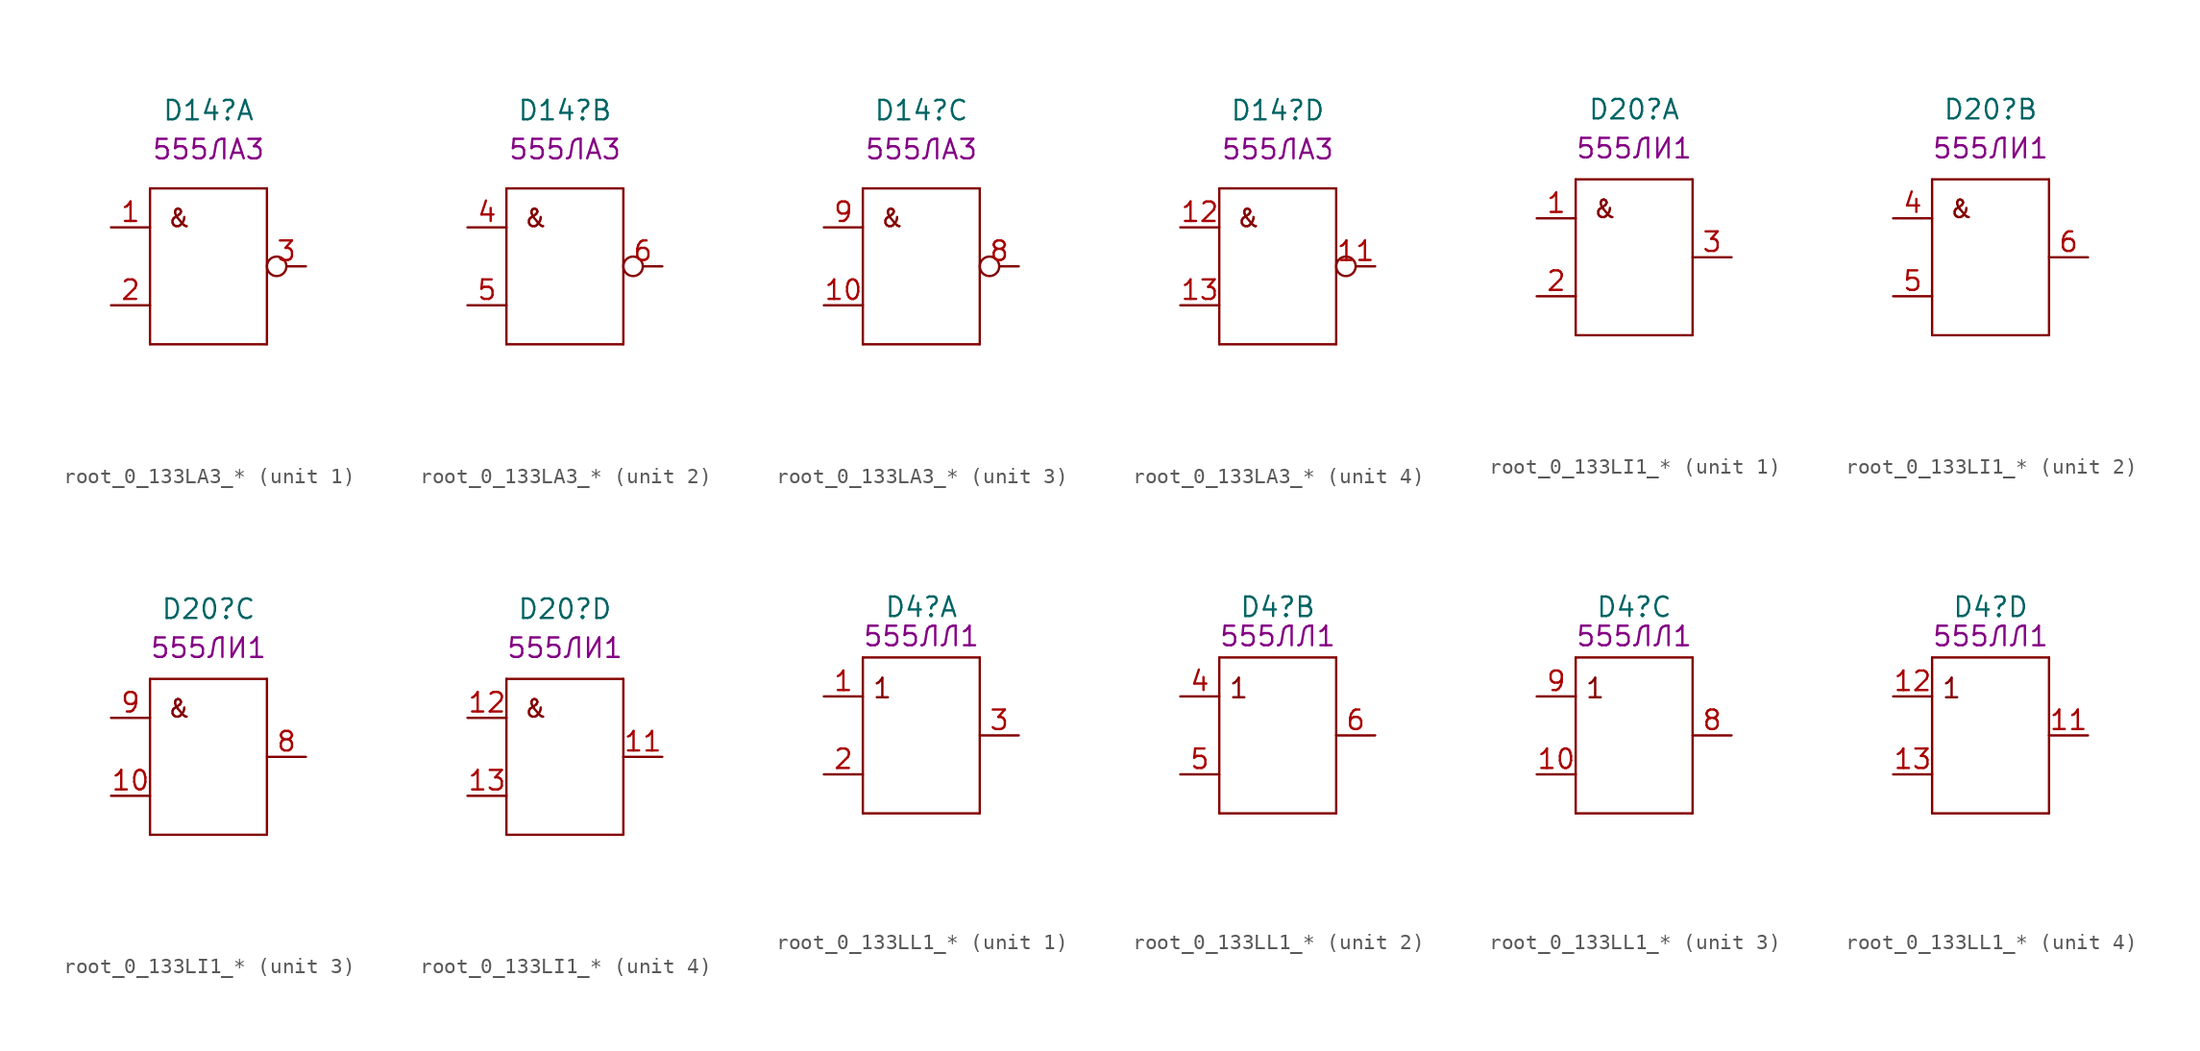
<source format=kicad_sym>
(kicad_symbol_lib
  (version 20241209)
  (generator "kicad_symbol_editor")
  (generator_version "9.0")
  (symbol "root_0_133LA3_*"
    (property "Reference" "D14"
      (at 6.35 12.7 0)
      (effects (font (size 1.27 1.27))))
    (property "ALTIUM_VALUE" "555ЛА3"
      (at 6.35 10.16 0)
      (effects (font (size 1.27 1.27))))
    (symbol "root_0_133LA3_*_0_0"
      (pin power_in line (at 10.16 -7.62 90) (length 7.62) (hide yes) (name "GND" (effects (font (size 1.27 1.27)))) (number "7" (effects (font (size 1.27 1.27)))))
      (pin power_in line (at 12.7 -7.62 90) (length 7.62) (hide yes) (name "VCC" (effects (font (size 1.27 1.27)))) (number "14" (effects (font (size 1.27 1.27))))))
    (symbol "root_0_133LA3_*_1_0"
      (polyline (pts (xy 2.54 7.62) (xy 10.16 7.62)) (stroke (width 0) (type solid)) (fill (type none)))
      (polyline (pts (xy 2.54 -2.54) (xy 2.54 7.62)) (stroke (width 0) (type solid)) (fill (type none)))
      (polyline (pts (xy 10.16 7.62) (xy 10.16 -2.54)) (stroke (width 0) (type solid)) (fill (type none)))
      (polyline (pts (xy 10.16 -2.54) (xy 2.54 -2.54)) (stroke (width 0) (type solid)) (fill (type none)))
      (text "&" (at 4.445 6.35 0) (effects (font (size 1.143 1.143)) (justify top)))
      (pin input line (at 0 5.08 0) (length 2.54) (name "A" (effects (font (size 0 0)))) (number "1" (effects (font (size 1.27 1.27)))))
      (pin input line (at 0 0 0) (length 2.54) (name "B" (effects (font (size 0 0)))) (number "2" (effects (font (size 1.27 1.27)))))
      (pin output inverted (at 12.7 2.54 180) (length 2.54) (name "Y" (effects (font (size 0 0)))) (number "3" (effects (font (size 1.27 1.27))))))
    (symbol "root_0_133LA3_*_2_0"
      (polyline (pts (xy 2.54 7.62) (xy 10.16 7.62)) (stroke (width 0) (type solid)) (fill (type none)))
      (polyline (pts (xy 2.54 -2.54) (xy 2.54 7.62)) (stroke (width 0) (type solid)) (fill (type none)))
      (polyline (pts (xy 10.16 7.62) (xy 10.16 -2.54)) (stroke (width 0) (type solid)) (fill (type none)))
      (polyline (pts (xy 10.16 -2.54) (xy 2.54 -2.54)) (stroke (width 0) (type solid)) (fill (type none)))
      (text "&" (at 4.445 6.35 0) (effects (font (size 1.143 1.143)) (justify top)))
      (pin input line (at 0 5.08 0) (length 2.54) (name "A" (effects (font (size 0 0)))) (number "4" (effects (font (size 1.27 1.27)))))
      (pin input line (at 0 0 0) (length 2.54) (name "B" (effects (font (size 0 0)))) (number "5" (effects (font (size 1.27 1.27)))))
      (pin output inverted (at 12.7 2.54 180) (length 2.54) (name "Y" (effects (font (size 0 0)))) (number "6" (effects (font (size 1.27 1.27))))))
    (symbol "root_0_133LA3_*_3_0"
      (polyline (pts (xy 2.54 7.62) (xy 10.16 7.62)) (stroke (width 0) (type solid)) (fill (type none)))
      (polyline (pts (xy 2.54 -2.54) (xy 2.54 7.62)) (stroke (width 0) (type solid)) (fill (type none)))
      (polyline (pts (xy 10.16 7.62) (xy 10.16 -2.54)) (stroke (width 0) (type solid)) (fill (type none)))
      (polyline (pts (xy 10.16 -2.54) (xy 2.54 -2.54)) (stroke (width 0) (type solid)) (fill (type none)))
      (text "&" (at 4.445 6.35 0) (effects (font (size 1.143 1.143)) (justify top)))
      (pin input line (at 0 5.08 0) (length 2.54) (name "A" (effects (font (size 0 0)))) (number "9" (effects (font (size 1.27 1.27)))))
      (pin input line (at 0 0 0) (length 2.54) (name "B" (effects (font (size 0 0)))) (number "10" (effects (font (size 1.27 1.27)))))
      (pin output inverted (at 12.7 2.54 180) (length 2.54) (name "Y" (effects (font (size 0 0)))) (number "8" (effects (font (size 1.27 1.27))))))
    (symbol "root_0_133LA3_*_4_0"
      (polyline (pts (xy 2.54 7.62) (xy 10.16 7.62)) (stroke (width 0) (type solid)) (fill (type none)))
      (polyline (pts (xy 2.54 -2.54) (xy 2.54 7.62)) (stroke (width 0) (type solid)) (fill (type none)))
      (polyline (pts (xy 10.16 7.62) (xy 10.16 -2.54)) (stroke (width 0) (type solid)) (fill (type none)))
      (polyline (pts (xy 10.16 -2.54) (xy 2.54 -2.54)) (stroke (width 0) (type solid)) (fill (type none)))
      (text "&" (at 4.445 6.35 0) (effects (font (size 1.143 1.143)) (justify top)))
      (pin input line (at 0 5.08 0) (length 2.54) (name "A" (effects (font (size 0 0)))) (number "12" (effects (font (size 1.27 1.27)))))
      (pin input line (at 0 0 0) (length 2.54) (name "B" (effects (font (size 0 0)))) (number "13" (effects (font (size 1.27 1.27)))))
      (pin output inverted (at 12.7 2.54 180) (length 2.54) (name "Y" (effects (font (size 0 0)))) (number "11" (effects (font (size 1.27 1.27)))))))
  (symbol "root_0_133LI1_*"
    (property "Reference" "D20"
      (at 6.35 11.43 0)
      (effects (font (size 1.27 1.27)) (justify bottom)))
    (property "ALTIUM_VALUE" "555ЛИ1"
      (at 6.35 8.89 0)
      (effects (font (size 1.27 1.27)) (justify bottom)))
    (symbol "root_0_133LI1_*_0_0"
      (pin power_in line (at 10.16 -7.62 90) (length 7.62) (hide yes) (name "GND" (effects (font (size 1.27 1.27)))) (number "7" (effects (font (size 1.27 1.27)))))
      (pin power_in line (at 12.7 -7.62 90) (length 7.62) (hide yes) (name "VCC" (effects (font (size 1.27 1.27)))) (number "14" (effects (font (size 1.27 1.27))))))
    (symbol "root_0_133LI1_*_1_0"
      (polyline (pts (xy 2.54 7.62) (xy 10.16 7.62)) (stroke (width 0) (type solid)) (fill (type none)))
      (polyline (pts (xy 2.54 -2.54) (xy 2.54 7.62)) (stroke (width 0) (type solid)) (fill (type none)))
      (polyline (pts (xy 10.16 7.62) (xy 10.16 -2.54)) (stroke (width 0) (type solid)) (fill (type none)))
      (polyline (pts (xy 10.16 -2.54) (xy 2.54 -2.54)) (stroke (width 0) (type solid)) (fill (type none)))
      (text "&" (at 4.445 6.35 0) (effects (font (size 1.143 1.143)) (justify top)))
      (pin input line (at 0 5.08 0) (length 2.54) (name "A" (effects (font (size 0 0)))) (number "1" (effects (font (size 1.27 1.27)))))
      (pin input line (at 0 0 0) (length 2.54) (name "B" (effects (font (size 0 0)))) (number "2" (effects (font (size 1.27 1.27)))))
      (pin output line (at 12.7 2.54 180) (length 2.54) (name "Y" (effects (font (size 0 0)))) (number "3" (effects (font (size 1.27 1.27))))))
    (symbol "root_0_133LI1_*_2_0"
      (polyline (pts (xy 2.54 7.62) (xy 10.16 7.62)) (stroke (width 0) (type solid)) (fill (type none)))
      (polyline (pts (xy 2.54 -2.54) (xy 2.54 7.62)) (stroke (width 0) (type solid)) (fill (type none)))
      (polyline (pts (xy 10.16 7.62) (xy 10.16 -2.54)) (stroke (width 0) (type solid)) (fill (type none)))
      (polyline (pts (xy 10.16 -2.54) (xy 2.54 -2.54)) (stroke (width 0) (type solid)) (fill (type none)))
      (text "&" (at 4.445 6.35 0) (effects (font (size 1.143 1.143)) (justify top)))
      (pin input line (at 0 5.08 0) (length 2.54) (name "A" (effects (font (size 0 0)))) (number "4" (effects (font (size 1.27 1.27)))))
      (pin input line (at 0 0 0) (length 2.54) (name "B" (effects (font (size 0 0)))) (number "5" (effects (font (size 1.27 1.27)))))
      (pin output line (at 12.7 2.54 180) (length 2.54) (name "Y" (effects (font (size 0 0)))) (number "6" (effects (font (size 1.27 1.27))))))
    (symbol "root_0_133LI1_*_3_0"
      (polyline (pts (xy 2.54 7.62) (xy 10.16 7.62)) (stroke (width 0) (type solid)) (fill (type none)))
      (polyline (pts (xy 2.54 -2.54) (xy 2.54 7.62)) (stroke (width 0) (type solid)) (fill (type none)))
      (polyline (pts (xy 10.16 7.62) (xy 10.16 -2.54)) (stroke (width 0) (type solid)) (fill (type none)))
      (polyline (pts (xy 10.16 -2.54) (xy 2.54 -2.54)) (stroke (width 0) (type solid)) (fill (type none)))
      (text "&" (at 4.445 6.35 0) (effects (font (size 1.143 1.143)) (justify top)))
      (pin input line (at 0 5.08 0) (length 2.54) (name "A" (effects (font (size 0 0)))) (number "9" (effects (font (size 1.27 1.27)))))
      (pin input line (at 0 0 0) (length 2.54) (name "B" (effects (font (size 0 0)))) (number "10" (effects (font (size 1.27 1.27)))))
      (pin output line (at 12.7 2.54 180) (length 2.54) (name "Y" (effects (font (size 0 0)))) (number "8" (effects (font (size 1.27 1.27))))))
    (symbol "root_0_133LI1_*_4_0"
      (polyline (pts (xy 2.54 7.62) (xy 10.16 7.62)) (stroke (width 0) (type solid)) (fill (type none)))
      (polyline (pts (xy 2.54 -2.54) (xy 2.54 7.62)) (stroke (width 0) (type solid)) (fill (type none)))
      (polyline (pts (xy 10.16 7.62) (xy 10.16 -2.54)) (stroke (width 0) (type solid)) (fill (type none)))
      (polyline (pts (xy 10.16 -2.54) (xy 2.54 -2.54)) (stroke (width 0) (type solid)) (fill (type none)))
      (text "&" (at 4.445 6.35 0) (effects (font (size 1.143 1.143)) (justify top)))
      (pin input line (at 0 5.08 0) (length 2.54) (name "A" (effects (font (size 0 0)))) (number "12" (effects (font (size 1.27 1.27)))))
      (pin input line (at 0 0 0) (length 2.54) (name "B" (effects (font (size 0 0)))) (number "13" (effects (font (size 1.27 1.27)))))
      (pin output line (at 12.7 2.54 180) (length 2.54) (name "Y" (effects (font (size 0 0)))) (number "11" (effects (font (size 1.27 1.27)))))))
  (symbol "root_0_133LL1_*"
    (property "Reference" "D4"
      (at 6.35 10.16 0)
      (effects (font (size 1.27 1.27)) (justify bottom)))
    (property "ALTIUM_VALUE" "555ЛЛ1"
      (at 6.35 8.255 0)
      (effects (font (size 1.27 1.27)) (justify bottom)))
    (symbol "root_0_133LL1_*_0_0"
      (pin power_in line (at 10.16 -7.62 90) (length 7.62) (hide yes) (name "GND" (effects (font (size 1.27 1.27)))) (number "7" (effects (font (size 1.27 1.27)))))
      (pin power_in line (at 12.7 -7.62 90) (length 7.62) (hide yes) (name "VCC" (effects (font (size 1.27 1.27)))) (number "14" (effects (font (size 1.27 1.27))))))
    (symbol "root_0_133LL1_*_1_0"
      (polyline (pts (xy 2.54 7.62) (xy 10.16 7.62)) (stroke (width 0) (type solid)) (fill (type none)))
      (polyline (pts (xy 2.54 -2.54) (xy 2.54 7.62)) (stroke (width 0) (type solid)) (fill (type none)))
      (polyline (pts (xy 10.16 7.62) (xy 10.16 -2.54)) (stroke (width 0) (type solid)) (fill (type none)))
      (polyline (pts (xy 10.16 -2.54) (xy 2.54 -2.54)) (stroke (width 0) (type solid)) (fill (type none)))
      (text "1" (at 3.81 6.35 0) (effects (font (size 1.27 1.27)) (justify top)))
      (pin input line (at 0 5.08 0) (length 2.54) (name "A" (effects (font (size 0 0)))) (number "1" (effects (font (size 1.27 1.27)))))
      (pin input line (at 0 0 0) (length 2.54) (name "B" (effects (font (size 0 0)))) (number "2" (effects (font (size 1.27 1.27)))))
      (pin output line (at 12.7 2.54 180) (length 2.54) (name "Y" (effects (font (size 0 0)))) (number "3" (effects (font (size 1.27 1.27))))))
    (symbol "root_0_133LL1_*_2_0"
      (polyline (pts (xy 2.54 7.62) (xy 10.16 7.62)) (stroke (width 0) (type solid)) (fill (type none)))
      (polyline (pts (xy 2.54 -2.54) (xy 2.54 7.62)) (stroke (width 0) (type solid)) (fill (type none)))
      (polyline (pts (xy 10.16 7.62) (xy 10.16 -2.54)) (stroke (width 0) (type solid)) (fill (type none)))
      (polyline (pts (xy 10.16 -2.54) (xy 2.54 -2.54)) (stroke (width 0) (type solid)) (fill (type none)))
      (text "1" (at 3.81 6.35 0) (effects (font (size 1.27 1.27)) (justify top)))
      (pin input line (at 0 5.08 0) (length 2.54) (name "A" (effects (font (size 0 0)))) (number "4" (effects (font (size 1.27 1.27)))))
      (pin input line (at 0 0 0) (length 2.54) (name "B" (effects (font (size 0 0)))) (number "5" (effects (font (size 1.27 1.27)))))
      (pin output line (at 12.7 2.54 180) (length 2.54) (name "Y" (effects (font (size 0 0)))) (number "6" (effects (font (size 1.27 1.27))))))
    (symbol "root_0_133LL1_*_3_0"
      (polyline (pts (xy 2.54 7.62) (xy 10.16 7.62)) (stroke (width 0) (type solid)) (fill (type none)))
      (polyline (pts (xy 2.54 -2.54) (xy 2.54 7.62)) (stroke (width 0) (type solid)) (fill (type none)))
      (polyline (pts (xy 10.16 7.62) (xy 10.16 -2.54)) (stroke (width 0) (type solid)) (fill (type none)))
      (polyline (pts (xy 10.16 -2.54) (xy 2.54 -2.54)) (stroke (width 0) (type solid)) (fill (type none)))
      (text "1" (at 3.81 6.35 0) (effects (font (size 1.27 1.27)) (justify top)))
      (pin input line (at 0 5.08 0) (length 2.54) (name "A" (effects (font (size 0 0)))) (number "9" (effects (font (size 1.27 1.27)))))
      (pin input line (at 0 0 0) (length 2.54) (name "B" (effects (font (size 0 0)))) (number "10" (effects (font (size 1.27 1.27)))))
      (pin output line (at 12.7 2.54 180) (length 2.54) (name "Y" (effects (font (size 0 0)))) (number "8" (effects (font (size 1.27 1.27))))))
    (symbol "root_0_133LL1_*_4_0"
      (polyline (pts (xy 2.54 7.62) (xy 10.16 7.62)) (stroke (width 0) (type solid)) (fill (type none)))
      (polyline (pts (xy 2.54 -2.54) (xy 2.54 7.62)) (stroke (width 0) (type solid)) (fill (type none)))
      (polyline (pts (xy 10.16 7.62) (xy 10.16 -2.54)) (stroke (width 0) (type solid)) (fill (type none)))
      (polyline (pts (xy 10.16 -2.54) (xy 2.54 -2.54)) (stroke (width 0) (type solid)) (fill (type none)))
      (text "1" (at 3.81 6.35 0) (effects (font (size 1.27 1.27)) (justify top)))
      (pin input line (at 0 5.08 0) (length 2.54) (name "A" (effects (font (size 0 0)))) (number "12" (effects (font (size 1.27 1.27)))))
      (pin input line (at 0 0 0) (length 2.54) (name "B" (effects (font (size 0 0)))) (number "13" (effects (font (size 1.27 1.27)))))
      (pin output line (at 12.7 2.54 180) (length 2.54) (name "Y" (effects (font (size 0 0)))) (number "11" (effects (font (size 1.27 1.27))))))))
</source>
